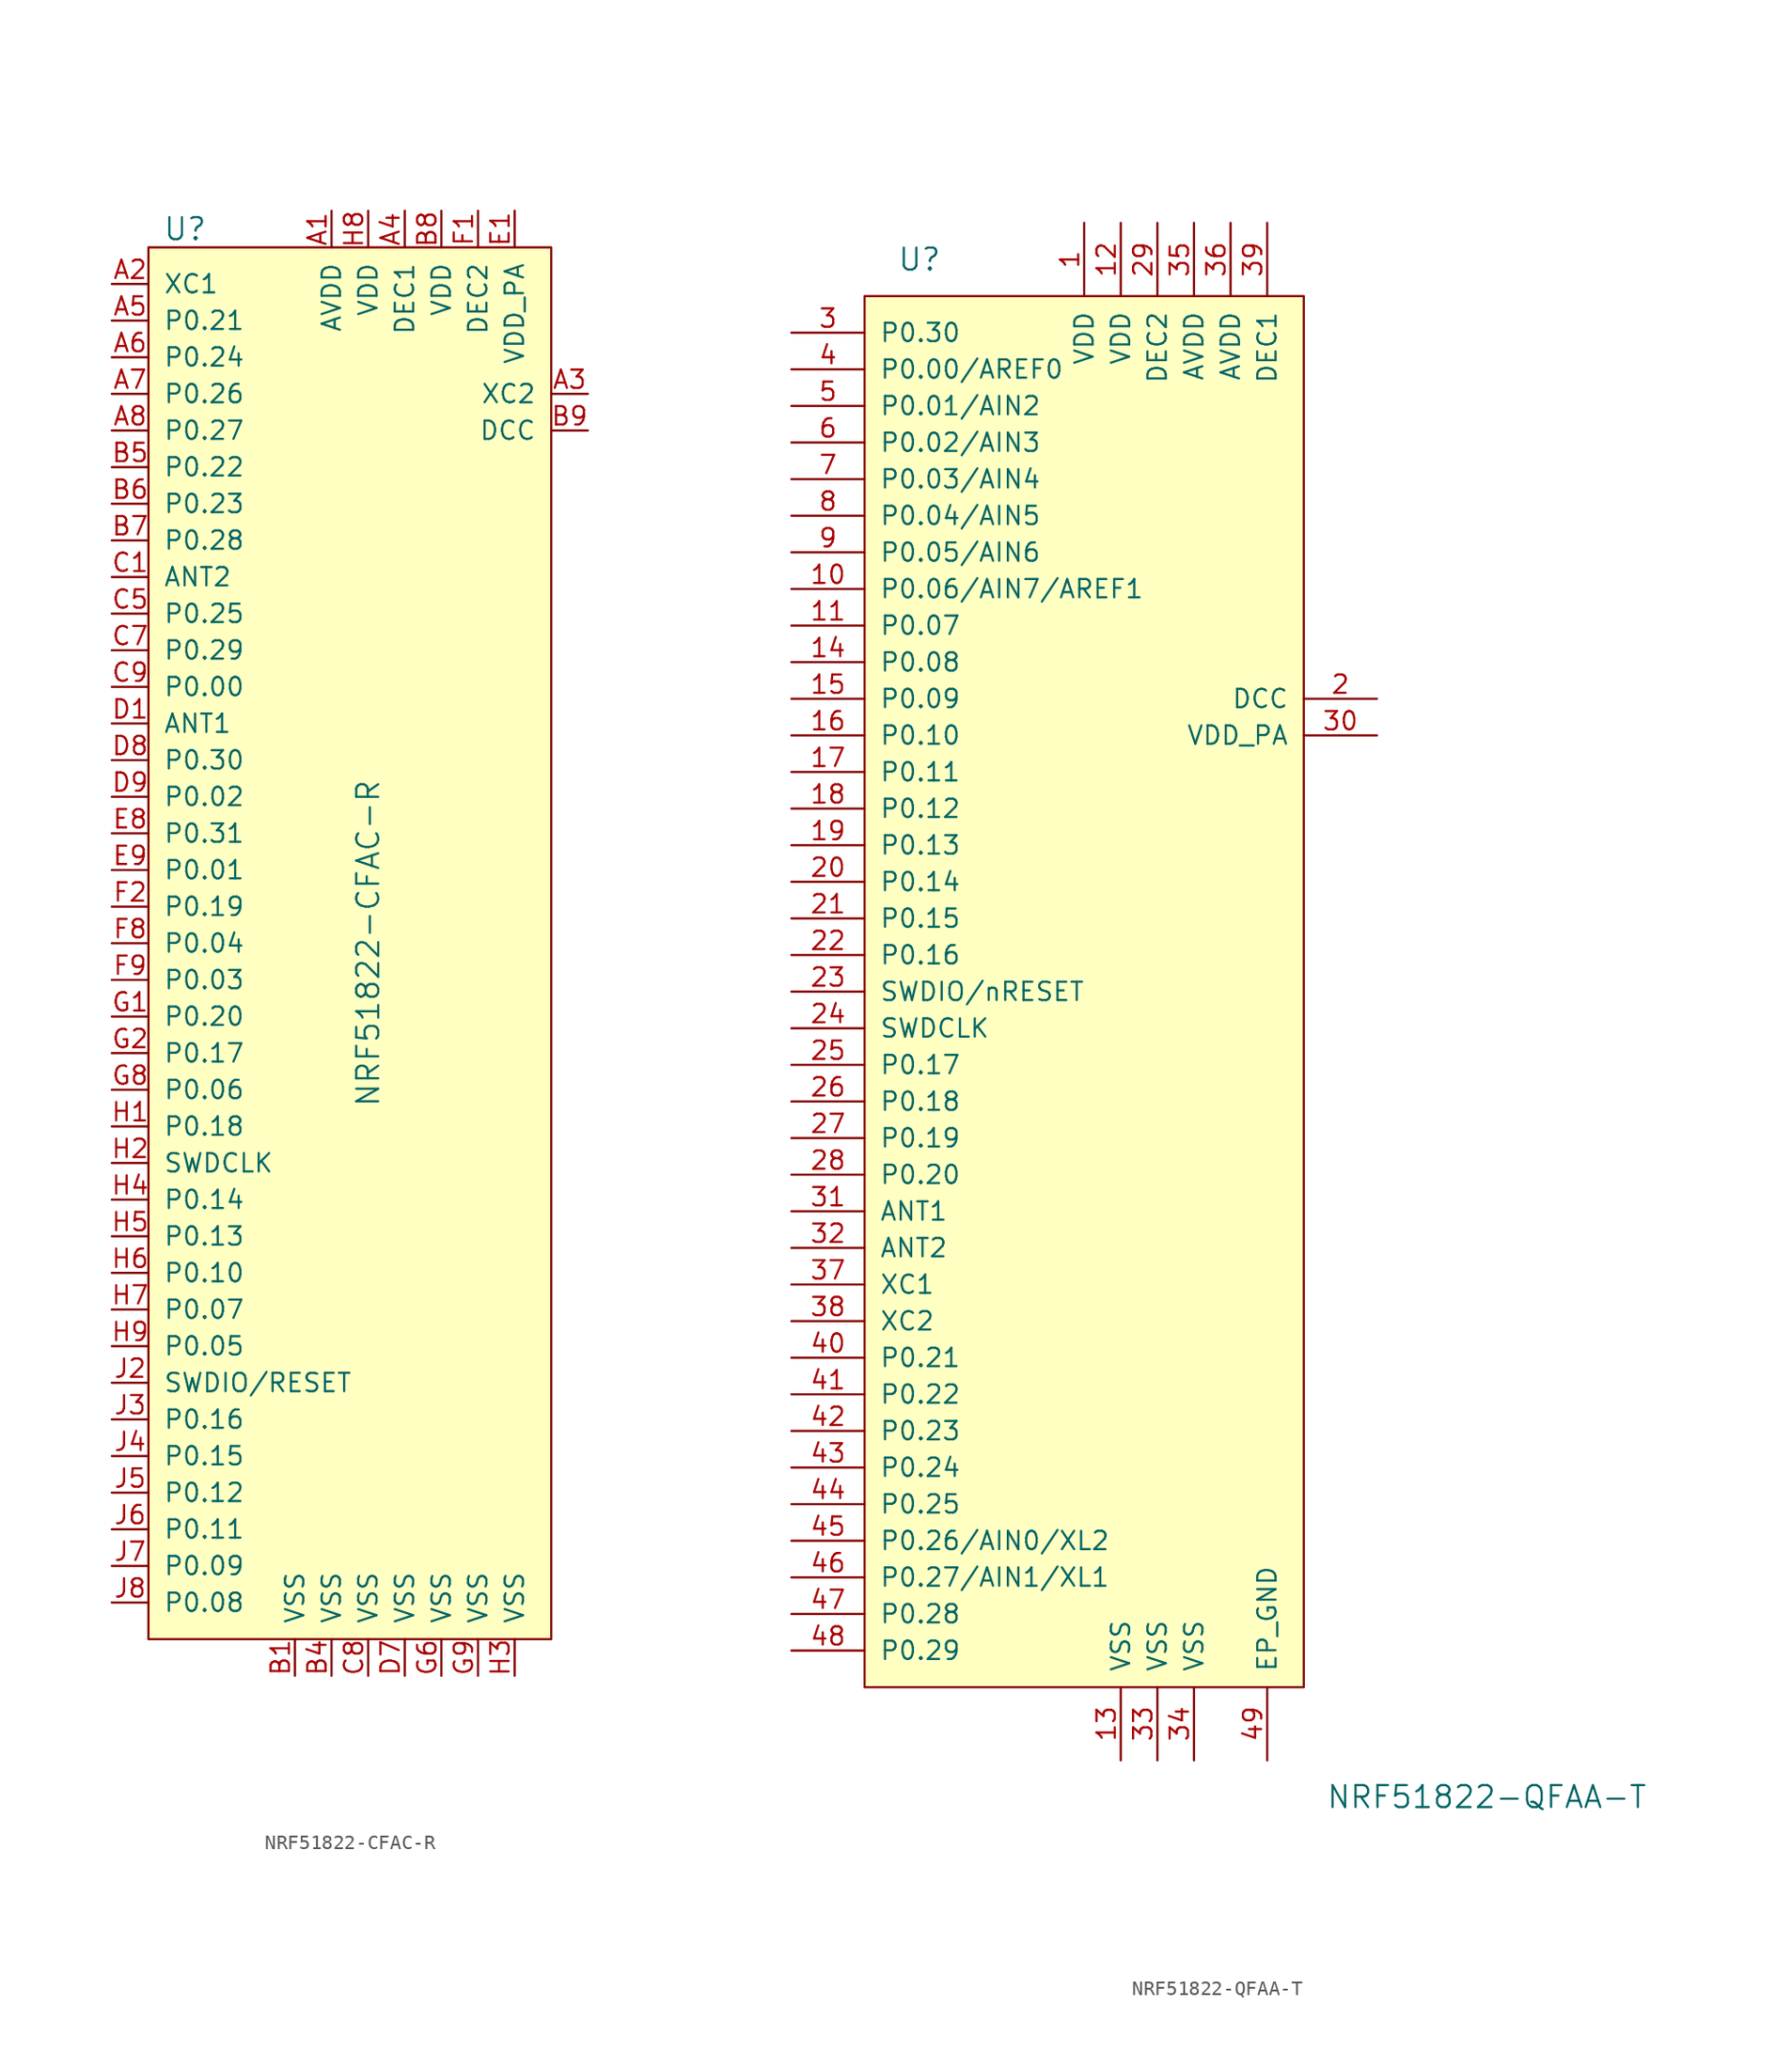
<source format=kicad_sym>
(kicad_symbol_lib
  (version 20220914)
  (generator kicad_symbol_editor)
  (symbol "NRF51822-CFAC-R"
    (pin_names
      (offset 1.016))
    (property "Reference" "U"
      (at -7.62 19.05 0)
      (effects (font (size 1.524 1.524))))
    (property "Value" "NRF51822-CFAC-R"
      (at 5.08 -30.48 90)
      (effects (font (size 1.524 1.524))))
    (symbol "NRF51822-CFAC-R_0_1"
      (rectangle (start -10.16 17.78) (end 17.78 -78.74) (stroke (width 0) (type solid)) (fill (type background))))
    (symbol "NRF51822-CFAC-R_1_1"
      (pin power_in line (at 2.54 20.32 270) (length 2.54) (name "AVDD" (effects (font (size 1.27 1.27)))) (number "A1" (effects (font (size 1.27 1.27)))))
      (pin input line (at -12.7 15.24 0) (length 2.54) (name "XC1" (effects (font (size 1.27 1.27)))) (number "A2" (effects (font (size 1.27 1.27)))))
      (pin output line (at 20.32 7.62 180) (length 2.54) (name "XC2" (effects (font (size 1.27 1.27)))) (number "A3" (effects (font (size 1.27 1.27)))))
      (pin power_in line (at 7.62 20.32 270) (length 2.54) (name "DEC1" (effects (font (size 1.27 1.27)))) (number "A4" (effects (font (size 1.27 1.27)))))
      (pin bidirectional line (at -12.7 12.7 0) (length 2.54) (name "P0.21" (effects (font (size 1.27 1.27)))) (number "A5" (effects (font (size 1.27 1.27)))))
      (pin bidirectional line (at -12.7 10.16 0) (length 2.54) (name "P0.24" (effects (font (size 1.27 1.27)))) (number "A6" (effects (font (size 1.27 1.27)))))
      (pin bidirectional line (at -12.7 7.62 0) (length 2.54) (name "P0.26" (effects (font (size 1.27 1.27)))) (number "A7" (effects (font (size 1.27 1.27)))))
      (pin bidirectional line (at -12.7 5.08 0) (length 2.54) (name "P0.27" (effects (font (size 1.27 1.27)))) (number "A8" (effects (font (size 1.27 1.27)))))
      (pin power_in line (at 0 -81.28 90) (length 2.54) (name "VSS" (effects (font (size 1.27 1.27)))) (number "B1" (effects (font (size 1.27 1.27)))))
      (pin power_in line (at 2.54 -81.28 90) (length 2.54) (name "VSS" (effects (font (size 1.27 1.27)))) (number "B4" (effects (font (size 1.27 1.27)))))
      (pin bidirectional line (at -12.7 2.54 0) (length 2.54) (name "P0.22" (effects (font (size 1.27 1.27)))) (number "B5" (effects (font (size 1.27 1.27)))))
      (pin bidirectional line (at -12.7 0 0) (length 2.54) (name "P0.23" (effects (font (size 1.27 1.27)))) (number "B6" (effects (font (size 1.27 1.27)))))
      (pin bidirectional line (at -12.7 -2.54 0) (length 2.54) (name "P0.28" (effects (font (size 1.27 1.27)))) (number "B7" (effects (font (size 1.27 1.27)))))
      (pin power_in line (at 10.16 20.32 270) (length 2.54) (name "VDD" (effects (font (size 1.27 1.27)))) (number "B8" (effects (font (size 1.27 1.27)))))
      (pin power_out line (at 20.32 5.08 180) (length 2.54) (name "DCC" (effects (font (size 1.27 1.27)))) (number "B9" (effects (font (size 1.27 1.27)))))
      (pin input line (at -12.7 -5.08 0) (length 2.54) (name "ANT2" (effects (font (size 1.27 1.27)))) (number "C1" (effects (font (size 1.27 1.27)))))
      (pin bidirectional line (at -12.7 -7.62 0) (length 2.54) (name "P0.25" (effects (font (size 1.27 1.27)))) (number "C5" (effects (font (size 1.27 1.27)))))
      (pin no_connect line (at 17.78 2.54 180) (length 2.54) hide (name "NC" (effects (font (size 1.27 1.27)))) (number "C6" (effects (font (size 1.27 1.27)))))
      (pin bidirectional line (at -12.7 -10.16 0) (length 2.54) (name "P0.29" (effects (font (size 1.27 1.27)))) (number "C7" (effects (font (size 1.27 1.27)))))
      (pin power_in line (at 5.08 -81.28 90) (length 2.54) (name "VSS" (effects (font (size 1.27 1.27)))) (number "C8" (effects (font (size 1.27 1.27)))))
      (pin bidirectional line (at -12.7 -12.7 0) (length 2.54) (name "P0.00" (effects (font (size 1.27 1.27)))) (number "C9" (effects (font (size 1.27 1.27)))))
      (pin input line (at -12.7 -15.24 0) (length 2.54) (name "ANT1" (effects (font (size 1.27 1.27)))) (number "D1" (effects (font (size 1.27 1.27)))))
      (pin power_in line (at 7.62 -81.28 90) (length 2.54) (name "VSS" (effects (font (size 1.27 1.27)))) (number "D7" (effects (font (size 1.27 1.27)))))
      (pin bidirectional line (at -12.7 -17.78 0) (length 2.54) (name "P0.30" (effects (font (size 1.27 1.27)))) (number "D8" (effects (font (size 1.27 1.27)))))
      (pin bidirectional line (at -12.7 -20.32 0) (length 2.54) (name "P0.02" (effects (font (size 1.27 1.27)))) (number "D9" (effects (font (size 1.27 1.27)))))
      (pin power_in line (at 15.24 20.32 270) (length 2.54) (name "VDD_PA" (effects (font (size 1.27 1.27)))) (number "E1" (effects (font (size 1.27 1.27)))))
      (pin no_connect line (at 17.78 0 180) (length 2.54) hide (name "NC" (effects (font (size 1.27 1.27)))) (number "E2" (effects (font (size 1.27 1.27)))))
      (pin no_connect line (at 17.78 -2.54 180) (length 2.54) hide (name "NC" (effects (font (size 1.27 1.27)))) (number "E3" (effects (font (size 1.27 1.27)))))
      (pin no_connect line (at 17.78 -5.08 180) (length 2.54) hide (name "NC" (effects (font (size 1.27 1.27)))) (number "E7" (effects (font (size 1.27 1.27)))))
      (pin bidirectional line (at -12.7 -22.86 0) (length 2.54) (name "P0.31" (effects (font (size 1.27 1.27)))) (number "E8" (effects (font (size 1.27 1.27)))))
      (pin bidirectional line (at -12.7 -25.4 0) (length 2.54) (name "P0.01" (effects (font (size 1.27 1.27)))) (number "E9" (effects (font (size 1.27 1.27)))))
      (pin power_in line (at 12.7 20.32 270) (length 2.54) (name "DEC2" (effects (font (size 1.27 1.27)))) (number "F1" (effects (font (size 1.27 1.27)))))
      (pin bidirectional line (at -12.7 -27.94 0) (length 2.54) (name "P0.19" (effects (font (size 1.27 1.27)))) (number "F2" (effects (font (size 1.27 1.27)))))
      (pin no_connect line (at 17.78 -7.62 180) (length 2.54) hide (name "NC" (effects (font (size 1.27 1.27)))) (number "F3" (effects (font (size 1.27 1.27)))))
      (pin no_connect line (at 17.78 -10.16 180) (length 2.54) hide (name "NC" (effects (font (size 1.27 1.27)))) (number "F7" (effects (font (size 1.27 1.27)))))
      (pin bidirectional line (at -12.7 -30.48 0) (length 2.54) (name "P0.04" (effects (font (size 1.27 1.27)))) (number "F8" (effects (font (size 1.27 1.27)))))
      (pin bidirectional line (at -12.7 -33.02 0) (length 2.54) (name "P0.03" (effects (font (size 1.27 1.27)))) (number "F9" (effects (font (size 1.27 1.27)))))
      (pin bidirectional line (at -12.7 -35.56 0) (length 2.54) (name "P0.20" (effects (font (size 1.27 1.27)))) (number "G1" (effects (font (size 1.27 1.27)))))
      (pin bidirectional line (at -12.7 -38.1 0) (length 2.54) (name "P0.17" (effects (font (size 1.27 1.27)))) (number "G2" (effects (font (size 1.27 1.27)))))
      (pin no_connect line (at 17.78 -12.7 180) (length 2.54) hide (name "NC" (effects (font (size 1.27 1.27)))) (number "G3" (effects (font (size 1.27 1.27)))))
      (pin no_connect line (at 17.78 -15.24 180) (length 2.54) hide (name "NC" (effects (font (size 1.27 1.27)))) (number "G4" (effects (font (size 1.27 1.27)))))
      (pin no_connect line (at 17.78 -17.78 180) (length 2.54) hide (name "NC" (effects (font (size 1.27 1.27)))) (number "G5" (effects (font (size 1.27 1.27)))))
      (pin power_in line (at 10.16 -81.28 90) (length 2.54) (name "VSS" (effects (font (size 1.27 1.27)))) (number "G6" (effects (font (size 1.27 1.27)))))
      (pin no_connect line (at 17.78 -20.32 180) (length 2.54) hide (name "NC" (effects (font (size 1.27 1.27)))) (number "G7" (effects (font (size 1.27 1.27)))))
      (pin bidirectional line (at -12.7 -40.64 0) (length 2.54) (name "P0.06" (effects (font (size 1.27 1.27)))) (number "G8" (effects (font (size 1.27 1.27)))))
      (pin power_in line (at 12.7 -81.28 90) (length 2.54) (name "VSS" (effects (font (size 1.27 1.27)))) (number "G9" (effects (font (size 1.27 1.27)))))
      (pin bidirectional line (at -12.7 -43.18 0) (length 2.54) (name "P0.18" (effects (font (size 1.27 1.27)))) (number "H1" (effects (font (size 1.27 1.27)))))
      (pin input line (at -12.7 -45.72 0) (length 2.54) (name "SWDCLK" (effects (font (size 1.27 1.27)))) (number "H2" (effects (font (size 1.27 1.27)))))
      (pin power_in line (at 15.24 -81.28 90) (length 2.54) (name "VSS" (effects (font (size 1.27 1.27)))) (number "H3" (effects (font (size 1.27 1.27)))))
      (pin bidirectional line (at -12.7 -48.26 0) (length 2.54) (name "P0.14" (effects (font (size 1.27 1.27)))) (number "H4" (effects (font (size 1.27 1.27)))))
      (pin bidirectional line (at -12.7 -50.8 0) (length 2.54) (name "P0.13" (effects (font (size 1.27 1.27)))) (number "H5" (effects (font (size 1.27 1.27)))))
      (pin bidirectional line (at -12.7 -53.34 0) (length 2.54) (name "P0.10" (effects (font (size 1.27 1.27)))) (number "H6" (effects (font (size 1.27 1.27)))))
      (pin bidirectional line (at -12.7 -55.88 0) (length 2.54) (name "P0.07" (effects (font (size 1.27 1.27)))) (number "H7" (effects (font (size 1.27 1.27)))))
      (pin power_in line (at 5.08 20.32 270) (length 2.54) (name "VDD" (effects (font (size 1.27 1.27)))) (number "H8" (effects (font (size 1.27 1.27)))))
      (pin bidirectional line (at -12.7 -58.42 0) (length 2.54) (name "P0.05" (effects (font (size 1.27 1.27)))) (number "H9" (effects (font (size 1.27 1.27)))))
      (pin bidirectional line (at -12.7 -60.96 0) (length 2.54) (name "SWDIO/RESET" (effects (font (size 1.27 1.27)))) (number "J2" (effects (font (size 1.27 1.27)))))
      (pin bidirectional line (at -12.7 -63.5 0) (length 2.54) (name "P0.16" (effects (font (size 1.27 1.27)))) (number "J3" (effects (font (size 1.27 1.27)))))
      (pin bidirectional line (at -12.7 -66.04 0) (length 2.54) (name "P0.15" (effects (font (size 1.27 1.27)))) (number "J4" (effects (font (size 1.27 1.27)))))
      (pin bidirectional line (at -12.7 -68.58 0) (length 2.54) (name "P0.12" (effects (font (size 1.27 1.27)))) (number "J5" (effects (font (size 1.27 1.27)))))
      (pin bidirectional line (at -12.7 -71.12 0) (length 2.54) (name "P0.11" (effects (font (size 1.27 1.27)))) (number "J6" (effects (font (size 1.27 1.27)))))
      (pin bidirectional line (at -12.7 -73.66 0) (length 2.54) (name "P0.09" (effects (font (size 1.27 1.27)))) (number "J7" (effects (font (size 1.27 1.27)))))
      (pin bidirectional line (at -12.7 -76.2 0) (length 2.54) (name "P0.08" (effects (font (size 1.27 1.27)))) (number "J8" (effects (font (size 1.27 1.27)))))))
  (symbol "NRF51822-QFAA-T"
    (pin_names
      (offset 1.016))
    (property "Reference" "U"
      (at -16.51 45.72 0)
      (effects (font (size 1.524 1.524))))
    (property "Value" "NRF51822-QFAA-T"
      (at 22.86 -60.96 0)
      (effects (font (size 1.524 1.524))))
    (symbol "NRF51822-QFAA-T_0_1"
      (rectangle (start -20.32 43.18) (end 10.16 -53.34) (stroke (width 0) (type solid)) (fill (type background))))
    (symbol "NRF51822-QFAA-T_1_1"
      (pin power_in line (at -5.08 48.26 270) (length 5.08) (name "VDD" (effects (font (size 1.27 1.27)))) (number "1" (effects (font (size 1.27 1.27)))))
      (pin bidirectional line (at -25.4 22.86 0) (length 5.08) (name "P0.06/AIN7/AREF1" (effects (font (size 1.27 1.27)))) (number "10" (effects (font (size 1.27 1.27)))))
      (pin bidirectional line (at -25.4 20.32 0) (length 5.08) (name "P0.07" (effects (font (size 1.27 1.27)))) (number "11" (effects (font (size 1.27 1.27)))))
      (pin power_in line (at -2.54 48.26 270) (length 5.08) (name "VDD" (effects (font (size 1.27 1.27)))) (number "12" (effects (font (size 1.27 1.27)))))
      (pin power_in line (at -2.54 -58.42 90) (length 5.08) (name "VSS" (effects (font (size 1.27 1.27)))) (number "13" (effects (font (size 1.27 1.27)))))
      (pin bidirectional line (at -25.4 17.78 0) (length 5.08) (name "P0.08" (effects (font (size 1.27 1.27)))) (number "14" (effects (font (size 1.27 1.27)))))
      (pin bidirectional line (at -25.4 15.24 0) (length 5.08) (name "P0.09" (effects (font (size 1.27 1.27)))) (number "15" (effects (font (size 1.27 1.27)))))
      (pin bidirectional line (at -25.4 12.7 0) (length 5.08) (name "P0.10" (effects (font (size 1.27 1.27)))) (number "16" (effects (font (size 1.27 1.27)))))
      (pin bidirectional line (at -25.4 10.16 0) (length 5.08) (name "P0.11" (effects (font (size 1.27 1.27)))) (number "17" (effects (font (size 1.27 1.27)))))
      (pin bidirectional line (at -25.4 7.62 0) (length 5.08) (name "P0.12" (effects (font (size 1.27 1.27)))) (number "18" (effects (font (size 1.27 1.27)))))
      (pin bidirectional line (at -25.4 5.08 0) (length 5.08) (name "P0.13" (effects (font (size 1.27 1.27)))) (number "19" (effects (font (size 1.27 1.27)))))
      (pin power_out line (at 15.24 15.24 180) (length 5.08) (name "DCC" (effects (font (size 1.27 1.27)))) (number "2" (effects (font (size 1.27 1.27)))))
      (pin bidirectional line (at -25.4 2.54 0) (length 5.08) (name "P0.14" (effects (font (size 1.27 1.27)))) (number "20" (effects (font (size 1.27 1.27)))))
      (pin bidirectional line (at -25.4 0 0) (length 5.08) (name "P0.15" (effects (font (size 1.27 1.27)))) (number "21" (effects (font (size 1.27 1.27)))))
      (pin bidirectional line (at -25.4 -2.54 0) (length 5.08) (name "P0.16" (effects (font (size 1.27 1.27)))) (number "22" (effects (font (size 1.27 1.27)))))
      (pin bidirectional line (at -25.4 -5.08 0) (length 5.08) (name "SWDIO/nRESET" (effects (font (size 1.27 1.27)))) (number "23" (effects (font (size 1.27 1.27)))))
      (pin input line (at -25.4 -7.62 0) (length 5.08) (name "SWDCLK" (effects (font (size 1.27 1.27)))) (number "24" (effects (font (size 1.27 1.27)))))
      (pin bidirectional line (at -25.4 -10.16 0) (length 5.08) (name "P0.17" (effects (font (size 1.27 1.27)))) (number "25" (effects (font (size 1.27 1.27)))))
      (pin bidirectional line (at -25.4 -12.7 0) (length 5.08) (name "P0.18" (effects (font (size 1.27 1.27)))) (number "26" (effects (font (size 1.27 1.27)))))
      (pin bidirectional line (at -25.4 -15.24 0) (length 5.08) (name "P0.19" (effects (font (size 1.27 1.27)))) (number "27" (effects (font (size 1.27 1.27)))))
      (pin bidirectional line (at -25.4 -17.78 0) (length 5.08) (name "P0.20" (effects (font (size 1.27 1.27)))) (number "28" (effects (font (size 1.27 1.27)))))
      (pin power_in line (at 0 48.26 270) (length 5.08) (name "DEC2" (effects (font (size 1.27 1.27)))) (number "29" (effects (font (size 1.27 1.27)))))
      (pin bidirectional line (at -25.4 40.64 0) (length 5.08) (name "P0.30" (effects (font (size 1.27 1.27)))) (number "3" (effects (font (size 1.27 1.27)))))
      (pin power_out line (at 15.24 12.7 180) (length 5.08) (name "VDD_PA" (effects (font (size 1.27 1.27)))) (number "30" (effects (font (size 1.27 1.27)))))
      (pin input line (at -25.4 -20.32 0) (length 5.08) (name "ANT1" (effects (font (size 1.27 1.27)))) (number "31" (effects (font (size 1.27 1.27)))))
      (pin input line (at -25.4 -22.86 0) (length 5.08) (name "ANT2" (effects (font (size 1.27 1.27)))) (number "32" (effects (font (size 1.27 1.27)))))
      (pin power_in line (at 0 -58.42 90) (length 5.08) (name "VSS" (effects (font (size 1.27 1.27)))) (number "33" (effects (font (size 1.27 1.27)))))
      (pin power_in line (at 2.54 -58.42 90) (length 5.08) (name "VSS" (effects (font (size 1.27 1.27)))) (number "34" (effects (font (size 1.27 1.27)))))
      (pin power_in line (at 2.54 48.26 270) (length 5.08) (name "AVDD" (effects (font (size 1.27 1.27)))) (number "35" (effects (font (size 1.27 1.27)))))
      (pin power_in line (at 5.08 48.26 270) (length 5.08) (name "AVDD" (effects (font (size 1.27 1.27)))) (number "36" (effects (font (size 1.27 1.27)))))
      (pin input line (at -25.4 -25.4 0) (length 5.08) (name "XC1" (effects (font (size 1.27 1.27)))) (number "37" (effects (font (size 1.27 1.27)))))
      (pin input line (at -25.4 -27.94 0) (length 5.08) (name "XC2" (effects (font (size 1.27 1.27)))) (number "38" (effects (font (size 1.27 1.27)))))
      (pin power_in line (at 7.62 48.26 270) (length 5.08) (name "DEC1" (effects (font (size 1.27 1.27)))) (number "39" (effects (font (size 1.27 1.27)))))
      (pin bidirectional line (at -25.4 38.1 0) (length 5.08) (name "P0.00/AREF0" (effects (font (size 1.27 1.27)))) (number "4" (effects (font (size 1.27 1.27)))))
      (pin bidirectional line (at -25.4 -30.48 0) (length 5.08) (name "P0.21" (effects (font (size 1.27 1.27)))) (number "40" (effects (font (size 1.27 1.27)))))
      (pin bidirectional line (at -25.4 -33.02 0) (length 5.08) (name "P0.22" (effects (font (size 1.27 1.27)))) (number "41" (effects (font (size 1.27 1.27)))))
      (pin bidirectional line (at -25.4 -35.56 0) (length 5.08) (name "P0.23" (effects (font (size 1.27 1.27)))) (number "42" (effects (font (size 1.27 1.27)))))
      (pin bidirectional line (at -25.4 -38.1 0) (length 5.08) (name "P0.24" (effects (font (size 1.27 1.27)))) (number "43" (effects (font (size 1.27 1.27)))))
      (pin bidirectional line (at -25.4 -40.64 0) (length 5.08) (name "P0.25" (effects (font (size 1.27 1.27)))) (number "44" (effects (font (size 1.27 1.27)))))
      (pin bidirectional line (at -25.4 -43.18 0) (length 5.08) (name "P0.26/AIN0/XL2" (effects (font (size 1.27 1.27)))) (number "45" (effects (font (size 1.27 1.27)))))
      (pin bidirectional line (at -25.4 -45.72 0) (length 5.08) (name "P0.27/AIN1/XL1" (effects (font (size 1.27 1.27)))) (number "46" (effects (font (size 1.27 1.27)))))
      (pin bidirectional line (at -25.4 -48.26 0) (length 5.08) (name "P0.28" (effects (font (size 1.27 1.27)))) (number "47" (effects (font (size 1.27 1.27)))))
      (pin bidirectional line (at -25.4 -50.8 0) (length 5.08) (name "P0.29" (effects (font (size 1.27 1.27)))) (number "48" (effects (font (size 1.27 1.27)))))
      (pin power_in line (at 7.62 -58.42 90) (length 5.08) (name "EP_GND" (effects (font (size 1.27 1.27)))) (number "49" (effects (font (size 1.27 1.27)))))
      (pin bidirectional line (at -25.4 35.56 0) (length 5.08) (name "P0.01/AIN2" (effects (font (size 1.27 1.27)))) (number "5" (effects (font (size 1.27 1.27)))))
      (pin bidirectional line (at -25.4 33.02 0) (length 5.08) (name "P0.02/AIN3" (effects (font (size 1.27 1.27)))) (number "6" (effects (font (size 1.27 1.27)))))
      (pin bidirectional line (at -25.4 30.48 0) (length 5.08) (name "P0.03/AIN4" (effects (font (size 1.27 1.27)))) (number "7" (effects (font (size 1.27 1.27)))))
      (pin bidirectional line (at -25.4 27.94 0) (length 5.08) (name "P0.04/AIN5" (effects (font (size 1.27 1.27)))) (number "8" (effects (font (size 1.27 1.27)))))
      (pin bidirectional line (at -25.4 25.4 0) (length 5.08) (name "P0.05/AIN6" (effects (font (size 1.27 1.27)))) (number "9" (effects (font (size 1.27 1.27))))))))
</source>
